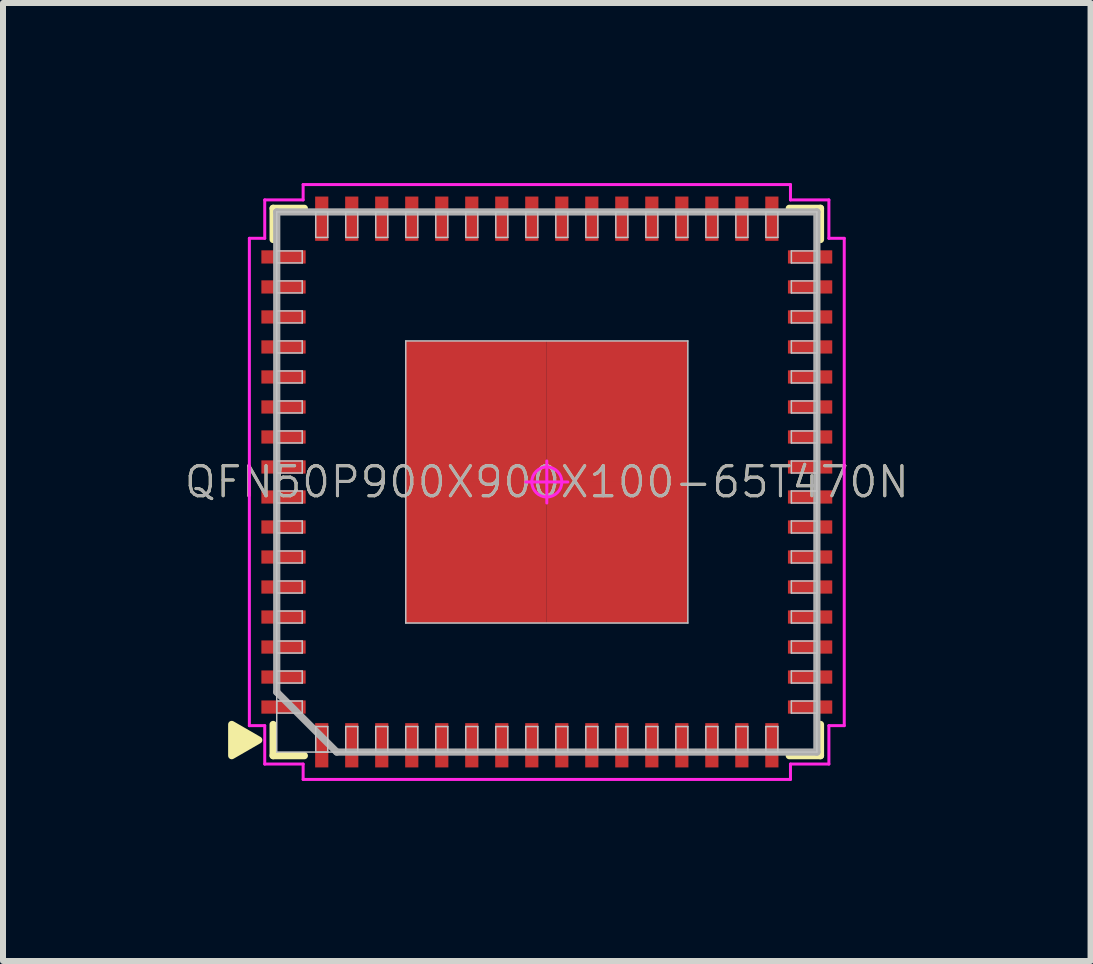
<source format=kicad_pcb>
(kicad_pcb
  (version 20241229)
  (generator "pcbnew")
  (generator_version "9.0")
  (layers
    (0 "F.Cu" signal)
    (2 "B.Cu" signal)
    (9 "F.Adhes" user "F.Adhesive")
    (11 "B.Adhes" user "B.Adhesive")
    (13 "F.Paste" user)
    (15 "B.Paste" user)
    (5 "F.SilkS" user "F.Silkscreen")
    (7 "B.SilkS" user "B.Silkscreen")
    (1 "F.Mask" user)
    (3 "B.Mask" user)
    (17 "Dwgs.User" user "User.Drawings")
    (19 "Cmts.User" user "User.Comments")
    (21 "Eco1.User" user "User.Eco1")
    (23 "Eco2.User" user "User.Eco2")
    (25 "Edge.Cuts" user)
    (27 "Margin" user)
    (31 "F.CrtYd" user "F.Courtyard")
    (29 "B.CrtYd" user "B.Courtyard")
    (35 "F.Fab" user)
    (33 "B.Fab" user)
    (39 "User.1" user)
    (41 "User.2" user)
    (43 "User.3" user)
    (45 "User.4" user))
  (footprint "QFN50P900X900X100-65T470N"
    (layer "F.Cu")
    (at 6.061 4.981)
    (property "Reference" "QFN50P900X900X100-65T470N" (at 0 0 0) (layer "F.SilkS") (effects (font (size 0.5 0.5) (thickness 0.05))))
    (attr smd)
    (fp_line (start -4.56 -4.56) (end -4.56 -4.04) (stroke (width 0.12) (type solid)) (layer "F.SilkS"))
    (fp_line (start -4.56 4.56) (end -4.56 4.04) (stroke (width 0.12) (type solid)) (layer "F.SilkS"))
    (fp_line (start -4.04 -4.56) (end -4.56 -4.56) (stroke (width 0.12) (type solid)) (layer "F.SilkS"))
    (fp_line (start -4.04 4.56) (end -4.56 4.56) (stroke (width 0.12) (type solid)) (layer "F.SilkS"))
    (fp_line (start 4.04 -4.56) (end 4.56 -4.56) (stroke (width 0.12) (type solid)) (layer "F.SilkS"))
    (fp_line (start 4.04 4.56) (end 4.56 4.56) (stroke (width 0.12) (type solid)) (layer "F.SilkS"))
    (fp_line (start 4.56 -4.56) (end 4.56 -4.04) (stroke (width 0.12) (type solid)) (layer "F.SilkS"))
    (fp_line (start 4.56 4.56) (end 4.56 4.04) (stroke (width 0.12) (type solid)) (layer "F.SilkS"))
    (fp_poly (pts (xy -5.25 4.04) (xy -4.8 4.3) (xy -5.25 4.56)) (stroke (width 0.12) (type solid)) (fill yes) (layer "F.SilkS"))
    (fp_line (start -4.501 -3.85) (end -4.075 -3.85) (stroke (width 0.025) (type solid)) (layer "Dwgs.User"))
    (fp_line (start -4.501 -3.65) (end -4.501 -3.85) (stroke (width 0.025) (type solid)) (layer "Dwgs.User"))
    (fp_line (start -4.501 -3.35) (end -4.075 -3.35) (stroke (width 0.025) (type solid)) (layer "Dwgs.User"))
    (fp_line (start -4.501 -3.15) (end -4.501 -3.35) (stroke (width 0.025) (type solid)) (layer "Dwgs.User"))
    (fp_line (start -4.501 -2.85) (end -4.075 -2.85) (stroke (width 0.025) (type solid)) (layer "Dwgs.User"))
    (fp_line (start -4.501 -2.65) (end -4.501 -2.85) (stroke (width 0.025) (type solid)) (layer "Dwgs.User"))
    (fp_line (start -4.501 -2.35) (end -4.075 -2.35) (stroke (width 0.025) (type solid)) (layer "Dwgs.User"))
    (fp_line (start -4.501 -2.15) (end -4.501 -2.35) (stroke (width 0.025) (type solid)) (layer "Dwgs.User"))
    (fp_line (start -4.501 -1.85) (end -4.075 -1.85) (stroke (width 0.025) (type solid)) (layer "Dwgs.User"))
    (fp_line (start -4.501 -1.65) (end -4.501 -1.85) (stroke (width 0.025) (type solid)) (layer "Dwgs.User"))
    (fp_line (start -4.501 -1.35) (end -4.075 -1.35) (stroke (width 0.025) (type solid)) (layer "Dwgs.User"))
    (fp_line (start -4.501 -1.15) (end -4.501 -1.35) (stroke (width 0.025) (type solid)) (layer "Dwgs.User"))
    (fp_line (start -4.501 -0.85) (end -4.075 -0.85) (stroke (width 0.025) (type solid)) (layer "Dwgs.User"))
    (fp_line (start -4.501 -0.65) (end -4.501 -0.85) (stroke (width 0.025) (type solid)) (layer "Dwgs.User"))
    (fp_line (start -4.501 -0.35) (end -4.075 -0.35) (stroke (width 0.025) (type solid)) (layer "Dwgs.User"))
    (fp_line (start -4.501 -0.15) (end -4.501 -0.35) (stroke (width 0.025) (type solid)) (layer "Dwgs.User"))
    (fp_line (start -4.501 0.15) (end -4.075 0.15) (stroke (width 0.025) (type solid)) (layer "Dwgs.User"))
    (fp_line (start -4.501 0.35) (end -4.501 0.15) (stroke (width 0.025) (type solid)) (layer "Dwgs.User"))
    (fp_line (start -4.501 0.65) (end -4.075 0.65) (stroke (width 0.025) (type solid)) (layer "Dwgs.User"))
    (fp_line (start -4.501 0.85) (end -4.501 0.65) (stroke (width 0.025) (type solid)) (layer "Dwgs.User"))
    (fp_line (start -4.501 1.15) (end -4.075 1.15) (stroke (width 0.025) (type solid)) (layer "Dwgs.User"))
    (fp_line (start -4.501 1.35) (end -4.501 1.15) (stroke (width 0.025) (type solid)) (layer "Dwgs.User"))
    (fp_line (start -4.501 1.65) (end -4.075 1.65) (stroke (width 0.025) (type solid)) (layer "Dwgs.User"))
    (fp_line (start -4.501 1.85) (end -4.501 1.65) (stroke (width 0.025) (type solid)) (layer "Dwgs.User"))
    (fp_line (start -4.501 2.15) (end -4.075 2.15) (stroke (width 0.025) (type solid)) (layer "Dwgs.User"))
    (fp_line (start -4.501 2.35) (end -4.501 2.15) (stroke (width 0.025) (type solid)) (layer "Dwgs.User"))
    (fp_line (start -4.501 2.65) (end -4.075 2.65) (stroke (width 0.025) (type solid)) (layer "Dwgs.User"))
    (fp_line (start -4.501 2.85) (end -4.501 2.65) (stroke (width 0.025) (type solid)) (layer "Dwgs.User"))
    (fp_line (start -4.501 3.15) (end -4.075 3.15) (stroke (width 0.025) (type solid)) (layer "Dwgs.User"))
    (fp_line (start -4.501 3.35) (end -4.501 3.15) (stroke (width 0.025) (type solid)) (layer "Dwgs.User"))
    (fp_line (start -4.501 3.65) (end -4.075 3.65) (stroke (width 0.025) (type solid)) (layer "Dwgs.User"))
    (fp_line (start -4.501 3.85) (end -4.501 3.65) (stroke (width 0.025) (type solid)) (layer "Dwgs.User"))
    (fp_line (start -4.5 -4.5) (end 4.5 -4.5) (stroke (width 0.025) (type solid)) (layer "Dwgs.User"))
    (fp_line (start -4.5 4.5) (end -4.5 -4.5) (stroke (width 0.025) (type solid)) (layer "Dwgs.User"))
    (fp_line (start -4.075 -3.85) (end -4.075 -3.65) (stroke (width 0.025) (type solid)) (layer "Dwgs.User"))
    (fp_line (start -4.075 -3.65) (end -4.501 -3.65) (stroke (width 0.025) (type solid)) (layer "Dwgs.User"))
    (fp_line (start -4.075 -3.35) (end -4.075 -3.15) (stroke (width 0.025) (type solid)) (layer "Dwgs.User"))
    (fp_line (start -4.075 -3.15) (end -4.501 -3.15) (stroke (width 0.025) (type solid)) (layer "Dwgs.User"))
    (fp_line (start -4.075 -2.85) (end -4.075 -2.65) (stroke (width 0.025) (type solid)) (layer "Dwgs.User"))
    (fp_line (start -4.075 -2.65) (end -4.501 -2.65) (stroke (width 0.025) (type solid)) (layer "Dwgs.User"))
    (fp_line (start -4.075 -2.35) (end -4.075 -2.15) (stroke (width 0.025) (type solid)) (layer "Dwgs.User"))
    (fp_line (start -4.075 -2.15) (end -4.501 -2.15) (stroke (width 0.025) (type solid)) (layer "Dwgs.User"))
    (fp_line (start -4.075 -1.85) (end -4.075 -1.65) (stroke (width 0.025) (type solid)) (layer "Dwgs.User"))
    (fp_line (start -4.075 -1.65) (end -4.501 -1.65) (stroke (width 0.025) (type solid)) (layer "Dwgs.User"))
    (fp_line (start -4.075 -1.35) (end -4.075 -1.15) (stroke (width 0.025) (type solid)) (layer "Dwgs.User"))
    (fp_line (start -4.075 -1.15) (end -4.501 -1.15) (stroke (width 0.025) (type solid)) (layer "Dwgs.User"))
    (fp_line (start -4.075 -0.85) (end -4.075 -0.65) (stroke (width 0.025) (type solid)) (layer "Dwgs.User"))
    (fp_line (start -4.075 -0.65) (end -4.501 -0.65) (stroke (width 0.025) (type solid)) (layer "Dwgs.User"))
    (fp_line (start -4.075 -0.35) (end -4.075 -0.15) (stroke (width 0.025) (type solid)) (layer "Dwgs.User"))
    (fp_line (start -4.075 -0.15) (end -4.501 -0.15) (stroke (width 0.025) (type solid)) (layer "Dwgs.User"))
    (fp_line (start -4.075 0.15) (end -4.075 0.35) (stroke (width 0.025) (type solid)) (layer "Dwgs.User"))
    (fp_line (start -4.075 0.35) (end -4.501 0.35) (stroke (width 0.025) (type solid)) (layer "Dwgs.User"))
    (fp_line (start -4.075 0.65) (end -4.075 0.85) (stroke (width 0.025) (type solid)) (layer "Dwgs.User"))
    (fp_line (start -4.075 0.85) (end -4.501 0.85) (stroke (width 0.025) (type solid)) (layer "Dwgs.User"))
    (fp_line (start -4.075 1.15) (end -4.075 1.35) (stroke (width 0.025) (type solid)) (layer "Dwgs.User"))
    (fp_line (start -4.075 1.35) (end -4.501 1.35) (stroke (width 0.025) (type solid)) (layer "Dwgs.User"))
    (fp_line (start -4.075 1.65) (end -4.075 1.85) (stroke (width 0.025) (type solid)) (layer "Dwgs.User"))
    (fp_line (start -4.075 1.85) (end -4.501 1.85) (stroke (width 0.025) (type solid)) (layer "Dwgs.User"))
    (fp_line (start -4.075 2.15) (end -4.075 2.35) (stroke (width 0.025) (type solid)) (layer "Dwgs.User"))
    (fp_line (start -4.075 2.35) (end -4.501 2.35) (stroke (width 0.025) (type solid)) (layer "Dwgs.User"))
    (fp_line (start -4.075 2.65) (end -4.075 2.85) (stroke (width 0.025) (type solid)) (layer "Dwgs.User"))
    (fp_line (start -4.075 2.85) (end -4.501 2.85) (stroke (width 0.025) (type solid)) (layer "Dwgs.User"))
    (fp_line (start -4.075 3.15) (end -4.075 3.35) (stroke (width 0.025) (type solid)) (layer "Dwgs.User"))
    (fp_line (start -4.075 3.35) (end -4.501 3.35) (stroke (width 0.025) (type solid)) (layer "Dwgs.User"))
    (fp_line (start -4.075 3.65) (end -4.075 3.85) (stroke (width 0.025) (type solid)) (layer "Dwgs.User"))
    (fp_line (start -4.075 3.85) (end -4.501 3.85) (stroke (width 0.025) (type solid)) (layer "Dwgs.User"))
    (fp_line (start -3.85 -4.501) (end -3.65 -4.501) (stroke (width 0.025) (type solid)) (layer "Dwgs.User"))
    (fp_line (start -3.85 -4.075) (end -3.85 -4.501) (stroke (width 0.025) (type solid)) (layer "Dwgs.User"))
    (fp_line (start -3.85 4.075) (end -3.65 4.075) (stroke (width 0.025) (type solid)) (layer "Dwgs.User"))
    (fp_line (start -3.85 4.501) (end -3.85 4.075) (stroke (width 0.025) (type solid)) (layer "Dwgs.User"))
    (fp_line (start -3.65 -4.501) (end -3.65 -4.075) (stroke (width 0.025) (type solid)) (layer "Dwgs.User"))
    (fp_line (start -3.65 -4.075) (end -3.85 -4.075) (stroke (width 0.025) (type solid)) (layer "Dwgs.User"))
    (fp_line (start -3.65 4.075) (end -3.65 4.501) (stroke (width 0.025) (type solid)) (layer "Dwgs.User"))
    (fp_line (start -3.65 4.501) (end -3.85 4.501) (stroke (width 0.025) (type solid)) (layer "Dwgs.User"))
    (fp_line (start -3.35 -4.501) (end -3.15 -4.501) (stroke (width 0.025) (type solid)) (layer "Dwgs.User"))
    (fp_line (start -3.35 -4.075) (end -3.35 -4.501) (stroke (width 0.025) (type solid)) (layer "Dwgs.User"))
    (fp_line (start -3.35 4.075) (end -3.15 4.075) (stroke (width 0.025) (type solid)) (layer "Dwgs.User"))
    (fp_line (start -3.35 4.501) (end -3.35 4.075) (stroke (width 0.025) (type solid)) (layer "Dwgs.User"))
    (fp_line (start -3.15 -4.501) (end -3.15 -4.075) (stroke (width 0.025) (type solid)) (layer "Dwgs.User"))
    (fp_line (start -3.15 -4.075) (end -3.35 -4.075) (stroke (width 0.025) (type solid)) (layer "Dwgs.User"))
    (fp_line (start -3.15 4.075) (end -3.15 4.501) (stroke (width 0.025) (type solid)) (layer "Dwgs.User"))
    (fp_line (start -3.15 4.501) (end -3.35 4.501) (stroke (width 0.025) (type solid)) (layer "Dwgs.User"))
    (fp_line (start -2.85 -4.501) (end -2.65 -4.501) (stroke (width 0.025) (type solid)) (layer "Dwgs.User"))
    (fp_line (start -2.85 -4.075) (end -2.85 -4.501) (stroke (width 0.025) (type solid)) (layer "Dwgs.User"))
    (fp_line (start -2.85 4.075) (end -2.65 4.075) (stroke (width 0.025) (type solid)) (layer "Dwgs.User"))
    (fp_line (start -2.85 4.501) (end -2.85 4.075) (stroke (width 0.025) (type solid)) (layer "Dwgs.User"))
    (fp_line (start -2.65 -4.501) (end -2.65 -4.075) (stroke (width 0.025) (type solid)) (layer "Dwgs.User"))
    (fp_line (start -2.65 -4.075) (end -2.85 -4.075) (stroke (width 0.025) (type solid)) (layer "Dwgs.User"))
    (fp_line (start -2.65 4.075) (end -2.65 4.501) (stroke (width 0.025) (type solid)) (layer "Dwgs.User"))
    (fp_line (start -2.65 4.501) (end -2.85 4.501) (stroke (width 0.025) (type solid)) (layer "Dwgs.User"))
    (fp_line (start -2.35 -4.501) (end -2.15 -4.501) (stroke (width 0.025) (type solid)) (layer "Dwgs.User"))
    (fp_line (start -2.35 -4.075) (end -2.35 -4.501) (stroke (width 0.025) (type solid)) (layer "Dwgs.User"))
    (fp_line (start -2.35 -2.35) (end 2.35 -2.35) (stroke (width 0.025) (type solid)) (layer "Dwgs.User"))
    (fp_line (start -2.35 2.35) (end -2.35 -2.35) (stroke (width 0.025) (type solid)) (layer "Dwgs.User"))
    (fp_line (start -2.35 4.075) (end -2.15 4.075) (stroke (width 0.025) (type solid)) (layer "Dwgs.User"))
    (fp_line (start -2.35 4.501) (end -2.35 4.075) (stroke (width 0.025) (type solid)) (layer "Dwgs.User"))
    (fp_line (start -2.15 -4.501) (end -2.15 -4.075) (stroke (width 0.025) (type solid)) (layer "Dwgs.User"))
    (fp_line (start -2.15 -4.075) (end -2.35 -4.075) (stroke (width 0.025) (type solid)) (layer "Dwgs.User"))
    (fp_line (start -2.15 4.075) (end -2.15 4.501) (stroke (width 0.025) (type solid)) (layer "Dwgs.User"))
    (fp_line (start -2.15 4.501) (end -2.35 4.501) (stroke (width 0.025) (type solid)) (layer "Dwgs.User"))
    (fp_line (start -1.85 -4.501) (end -1.65 -4.501) (stroke (width 0.025) (type solid)) (layer "Dwgs.User"))
    (fp_line (start -1.85 -4.075) (end -1.85 -4.501) (stroke (width 0.025) (type solid)) (layer "Dwgs.User"))
    (fp_line (start -1.85 4.075) (end -1.65 4.075) (stroke (width 0.025) (type solid)) (layer "Dwgs.User"))
    (fp_line (start -1.85 4.501) (end -1.85 4.075) (stroke (width 0.025) (type solid)) (layer "Dwgs.User"))
    (fp_line (start -1.65 -4.501) (end -1.65 -4.075) (stroke (width 0.025) (type solid)) (layer "Dwgs.User"))
    (fp_line (start -1.65 -4.075) (end -1.85 -4.075) (stroke (width 0.025) (type solid)) (layer "Dwgs.User"))
    (fp_line (start -1.65 4.075) (end -1.65 4.501) (stroke (width 0.025) (type solid)) (layer "Dwgs.User"))
    (fp_line (start -1.65 4.501) (end -1.85 4.501) (stroke (width 0.025) (type solid)) (layer "Dwgs.User"))
    (fp_line (start -1.35 -4.501) (end -1.15 -4.501) (stroke (width 0.025) (type solid)) (layer "Dwgs.User"))
    (fp_line (start -1.35 -4.075) (end -1.35 -4.501) (stroke (width 0.025) (type solid)) (layer "Dwgs.User"))
    (fp_line (start -1.35 4.075) (end -1.15 4.075) (stroke (width 0.025) (type solid)) (layer "Dwgs.User"))
    (fp_line (start -1.35 4.501) (end -1.35 4.075) (stroke (width 0.025) (type solid)) (layer "Dwgs.User"))
    (fp_line (start -1.15 -4.501) (end -1.15 -4.075) (stroke (width 0.025) (type solid)) (layer "Dwgs.User"))
    (fp_line (start -1.15 -4.075) (end -1.35 -4.075) (stroke (width 0.025) (type solid)) (layer "Dwgs.User"))
    (fp_line (start -1.15 4.075) (end -1.15 4.501) (stroke (width 0.025) (type solid)) (layer "Dwgs.User"))
    (fp_line (start -1.15 4.501) (end -1.35 4.501) (stroke (width 0.025) (type solid)) (layer "Dwgs.User"))
    (fp_line (start -0.85 -4.501) (end -0.65 -4.501) (stroke (width 0.025) (type solid)) (layer "Dwgs.User"))
    (fp_line (start -0.85 -4.075) (end -0.85 -4.501) (stroke (width 0.025) (type solid)) (layer "Dwgs.User"))
    (fp_line (start -0.85 4.075) (end -0.65 4.075) (stroke (width 0.025) (type solid)) (layer "Dwgs.User"))
    (fp_line (start -0.85 4.501) (end -0.85 4.075) (stroke (width 0.025) (type solid)) (layer "Dwgs.User"))
    (fp_line (start -0.65 -4.501) (end -0.65 -4.075) (stroke (width 0.025) (type solid)) (layer "Dwgs.User"))
    (fp_line (start -0.65 -4.075) (end -0.85 -4.075) (stroke (width 0.025) (type solid)) (layer "Dwgs.User"))
    (fp_line (start -0.65 4.075) (end -0.65 4.501) (stroke (width 0.025) (type solid)) (layer "Dwgs.User"))
    (fp_line (start -0.65 4.501) (end -0.85 4.501) (stroke (width 0.025) (type solid)) (layer "Dwgs.User"))
    (fp_line (start -0.35 -4.501) (end -0.15 -4.501) (stroke (width 0.025) (type solid)) (layer "Dwgs.User"))
    (fp_line (start -0.35 -4.075) (end -0.35 -4.501) (stroke (width 0.025) (type solid)) (layer "Dwgs.User"))
    (fp_line (start -0.35 4.075) (end -0.15 4.075) (stroke (width 0.025) (type solid)) (layer "Dwgs.User"))
    (fp_line (start -0.35 4.501) (end -0.35 4.075) (stroke (width 0.025) (type solid)) (layer "Dwgs.User"))
    (fp_line (start -0.15 -4.501) (end -0.15 -4.075) (stroke (width 0.025) (type solid)) (layer "Dwgs.User"))
    (fp_line (start -0.15 -4.075) (end -0.35 -4.075) (stroke (width 0.025) (type solid)) (layer "Dwgs.User"))
    (fp_line (start -0.15 4.075) (end -0.15 4.501) (stroke (width 0.025) (type solid)) (layer "Dwgs.User"))
    (fp_line (start -0.15 4.501) (end -0.35 4.501) (stroke (width 0.025) (type solid)) (layer "Dwgs.User"))
    (fp_line (start 0.15 -4.501) (end 0.35 -4.501) (stroke (width 0.025) (type solid)) (layer "Dwgs.User"))
    (fp_line (start 0.15 -4.075) (end 0.15 -4.501) (stroke (width 0.025) (type solid)) (layer "Dwgs.User"))
    (fp_line (start 0.15 4.075) (end 0.35 4.075) (stroke (width 0.025) (type solid)) (layer "Dwgs.User"))
    (fp_line (start 0.15 4.501) (end 0.15 4.075) (stroke (width 0.025) (type solid)) (layer "Dwgs.User"))
    (fp_line (start 0.35 -4.501) (end 0.35 -4.075) (stroke (width 0.025) (type solid)) (layer "Dwgs.User"))
    (fp_line (start 0.35 -4.075) (end 0.15 -4.075) (stroke (width 0.025) (type solid)) (layer "Dwgs.User"))
    (fp_line (start 0.35 4.075) (end 0.35 4.501) (stroke (width 0.025) (type solid)) (layer "Dwgs.User"))
    (fp_line (start 0.35 4.501) (end 0.15 4.501) (stroke (width 0.025) (type solid)) (layer "Dwgs.User"))
    (fp_line (start 0.65 -4.501) (end 0.85 -4.501) (stroke (width 0.025) (type solid)) (layer "Dwgs.User"))
    (fp_line (start 0.65 -4.075) (end 0.65 -4.501) (stroke (width 0.025) (type solid)) (layer "Dwgs.User"))
    (fp_line (start 0.65 4.075) (end 0.85 4.075) (stroke (width 0.025) (type solid)) (layer "Dwgs.User"))
    (fp_line (start 0.65 4.501) (end 0.65 4.075) (stroke (width 0.025) (type solid)) (layer "Dwgs.User"))
    (fp_line (start 0.85 -4.501) (end 0.85 -4.075) (stroke (width 0.025) (type solid)) (layer "Dwgs.User"))
    (fp_line (start 0.85 -4.075) (end 0.65 -4.075) (stroke (width 0.025) (type solid)) (layer "Dwgs.User"))
    (fp_line (start 0.85 4.075) (end 0.85 4.501) (stroke (width 0.025) (type solid)) (layer "Dwgs.User"))
    (fp_line (start 0.85 4.501) (end 0.65 4.501) (stroke (width 0.025) (type solid)) (layer "Dwgs.User"))
    (fp_line (start 1.15 -4.501) (end 1.35 -4.501) (stroke (width 0.025) (type solid)) (layer "Dwgs.User"))
    (fp_line (start 1.15 -4.075) (end 1.15 -4.501) (stroke (width 0.025) (type solid)) (layer "Dwgs.User"))
    (fp_line (start 1.15 4.075) (end 1.35 4.075) (stroke (width 0.025) (type solid)) (layer "Dwgs.User"))
    (fp_line (start 1.15 4.501) (end 1.15 4.075) (stroke (width 0.025) (type solid)) (layer "Dwgs.User"))
    (fp_line (start 1.35 -4.501) (end 1.35 -4.075) (stroke (width 0.025) (type solid)) (layer "Dwgs.User"))
    (fp_line (start 1.35 -4.075) (end 1.15 -4.075) (stroke (width 0.025) (type solid)) (layer "Dwgs.User"))
    (fp_line (start 1.35 4.075) (end 1.35 4.501) (stroke (width 0.025) (type solid)) (layer "Dwgs.User"))
    (fp_line (start 1.35 4.501) (end 1.15 4.501) (stroke (width 0.025) (type solid)) (layer "Dwgs.User"))
    (fp_line (start 1.65 -4.501) (end 1.85 -4.501) (stroke (width 0.025) (type solid)) (layer "Dwgs.User"))
    (fp_line (start 1.65 -4.075) (end 1.65 -4.501) (stroke (width 0.025) (type solid)) (layer "Dwgs.User"))
    (fp_line (start 1.65 4.075) (end 1.85 4.075) (stroke (width 0.025) (type solid)) (layer "Dwgs.User"))
    (fp_line (start 1.65 4.501) (end 1.65 4.075) (stroke (width 0.025) (type solid)) (layer "Dwgs.User"))
    (fp_line (start 1.85 -4.501) (end 1.85 -4.075) (stroke (width 0.025) (type solid)) (layer "Dwgs.User"))
    (fp_line (start 1.85 -4.075) (end 1.65 -4.075) (stroke (width 0.025) (type solid)) (layer "Dwgs.User"))
    (fp_line (start 1.85 4.075) (end 1.85 4.501) (stroke (width 0.025) (type solid)) (layer "Dwgs.User"))
    (fp_line (start 1.85 4.501) (end 1.65 4.501) (stroke (width 0.025) (type solid)) (layer "Dwgs.User"))
    (fp_line (start 2.15 -4.501) (end 2.35 -4.501) (stroke (width 0.025) (type solid)) (layer "Dwgs.User"))
    (fp_line (start 2.15 -4.075) (end 2.15 -4.501) (stroke (width 0.025) (type solid)) (layer "Dwgs.User"))
    (fp_line (start 2.15 4.075) (end 2.35 4.075) (stroke (width 0.025) (type solid)) (layer "Dwgs.User"))
    (fp_line (start 2.15 4.501) (end 2.15 4.075) (stroke (width 0.025) (type solid)) (layer "Dwgs.User"))
    (fp_line (start 2.35 -4.501) (end 2.35 -4.075) (stroke (width 0.025) (type solid)) (layer "Dwgs.User"))
    (fp_line (start 2.35 -4.075) (end 2.15 -4.075) (stroke (width 0.025) (type solid)) (layer "Dwgs.User"))
    (fp_line (start 2.35 -2.35) (end 2.35 2.35) (stroke (width 0.025) (type solid)) (layer "Dwgs.User"))
    (fp_line (start 2.35 2.35) (end -2.35 2.35) (stroke (width 0.025) (type solid)) (layer "Dwgs.User"))
    (fp_line (start 2.35 4.075) (end 2.35 4.501) (stroke (width 0.025) (type solid)) (layer "Dwgs.User"))
    (fp_line (start 2.35 4.501) (end 2.15 4.501) (stroke (width 0.025) (type solid)) (layer "Dwgs.User"))
    (fp_line (start 2.65 -4.501) (end 2.85 -4.501) (stroke (width 0.025) (type solid)) (layer "Dwgs.User"))
    (fp_line (start 2.65 -4.075) (end 2.65 -4.501) (stroke (width 0.025) (type solid)) (layer "Dwgs.User"))
    (fp_line (start 2.65 4.075) (end 2.85 4.075) (stroke (width 0.025) (type solid)) (layer "Dwgs.User"))
    (fp_line (start 2.65 4.501) (end 2.65 4.075) (stroke (width 0.025) (type solid)) (layer "Dwgs.User"))
    (fp_line (start 2.85 -4.501) (end 2.85 -4.075) (stroke (width 0.025) (type solid)) (layer "Dwgs.User"))
    (fp_line (start 2.85 -4.075) (end 2.65 -4.075) (stroke (width 0.025) (type solid)) (layer "Dwgs.User"))
    (fp_line (start 2.85 4.075) (end 2.85 4.501) (stroke (width 0.025) (type solid)) (layer "Dwgs.User"))
    (fp_line (start 2.85 4.501) (end 2.65 4.501) (stroke (width 0.025) (type solid)) (layer "Dwgs.User"))
    (fp_line (start 3.15 -4.501) (end 3.35 -4.501) (stroke (width 0.025) (type solid)) (layer "Dwgs.User"))
    (fp_line (start 3.15 -4.075) (end 3.15 -4.501) (stroke (width 0.025) (type solid)) (layer "Dwgs.User"))
    (fp_line (start 3.15 4.075) (end 3.35 4.075) (stroke (width 0.025) (type solid)) (layer "Dwgs.User"))
    (fp_line (start 3.15 4.501) (end 3.15 4.075) (stroke (width 0.025) (type solid)) (layer "Dwgs.User"))
    (fp_line (start 3.35 -4.501) (end 3.35 -4.075) (stroke (width 0.025) (type solid)) (layer "Dwgs.User"))
    (fp_line (start 3.35 -4.075) (end 3.15 -4.075) (stroke (width 0.025) (type solid)) (layer "Dwgs.User"))
    (fp_line (start 3.35 4.075) (end 3.35 4.501) (stroke (width 0.025) (type solid)) (layer "Dwgs.User"))
    (fp_line (start 3.35 4.501) (end 3.15 4.501) (stroke (width 0.025) (type solid)) (layer "Dwgs.User"))
    (fp_line (start 3.65 -4.501) (end 3.85 -4.501) (stroke (width 0.025) (type solid)) (layer "Dwgs.User"))
    (fp_line (start 3.65 -4.075) (end 3.65 -4.501) (stroke (width 0.025) (type solid)) (layer "Dwgs.User"))
    (fp_line (start 3.65 4.075) (end 3.85 4.075) (stroke (width 0.025) (type solid)) (layer "Dwgs.User"))
    (fp_line (start 3.65 4.501) (end 3.65 4.075) (stroke (width 0.025) (type solid)) (layer "Dwgs.User"))
    (fp_line (start 3.85 -4.501) (end 3.85 -4.075) (stroke (width 0.025) (type solid)) (layer "Dwgs.User"))
    (fp_line (start 3.85 -4.075) (end 3.65 -4.075) (stroke (width 0.025) (type solid)) (layer "Dwgs.User"))
    (fp_line (start 3.85 4.075) (end 3.85 4.501) (stroke (width 0.025) (type solid)) (layer "Dwgs.User"))
    (fp_line (start 3.85 4.501) (end 3.65 4.501) (stroke (width 0.025) (type solid)) (layer "Dwgs.User"))
    (fp_line (start 4.075 -3.85) (end 4.501 -3.85) (stroke (width 0.025) (type solid)) (layer "Dwgs.User"))
    (fp_line (start 4.075 -3.65) (end 4.075 -3.85) (stroke (width 0.025) (type solid)) (layer "Dwgs.User"))
    (fp_line (start 4.075 -3.35) (end 4.501 -3.35) (stroke (width 0.025) (type solid)) (layer "Dwgs.User"))
    (fp_line (start 4.075 -3.15) (end 4.075 -3.35) (stroke (width 0.025) (type solid)) (layer "Dwgs.User"))
    (fp_line (start 4.075 -2.85) (end 4.501 -2.85) (stroke (width 0.025) (type solid)) (layer "Dwgs.User"))
    (fp_line (start 4.075 -2.65) (end 4.075 -2.85) (stroke (width 0.025) (type solid)) (layer "Dwgs.User"))
    (fp_line (start 4.075 -2.35) (end 4.501 -2.35) (stroke (width 0.025) (type solid)) (layer "Dwgs.User"))
    (fp_line (start 4.075 -2.15) (end 4.075 -2.35) (stroke (width 0.025) (type solid)) (layer "Dwgs.User"))
    (fp_line (start 4.075 -1.85) (end 4.501 -1.85) (stroke (width 0.025) (type solid)) (layer "Dwgs.User"))
    (fp_line (start 4.075 -1.65) (end 4.075 -1.85) (stroke (width 0.025) (type solid)) (layer "Dwgs.User"))
    (fp_line (start 4.075 -1.35) (end 4.501 -1.35) (stroke (width 0.025) (type solid)) (layer "Dwgs.User"))
    (fp_line (start 4.075 -1.15) (end 4.075 -1.35) (stroke (width 0.025) (type solid)) (layer "Dwgs.User"))
    (fp_line (start 4.075 -0.85) (end 4.501 -0.85) (stroke (width 0.025) (type solid)) (layer "Dwgs.User"))
    (fp_line (start 4.075 -0.65) (end 4.075 -0.85) (stroke (width 0.025) (type solid)) (layer "Dwgs.User"))
    (fp_line (start 4.075 -0.35) (end 4.501 -0.35) (stroke (width 0.025) (type solid)) (layer "Dwgs.User"))
    (fp_line (start 4.075 -0.15) (end 4.075 -0.35) (stroke (width 0.025) (type solid)) (layer "Dwgs.User"))
    (fp_line (start 4.075 0.15) (end 4.501 0.15) (stroke (width 0.025) (type solid)) (layer "Dwgs.User"))
    (fp_line (start 4.075 0.35) (end 4.075 0.15) (stroke (width 0.025) (type solid)) (layer "Dwgs.User"))
    (fp_line (start 4.075 0.65) (end 4.501 0.65) (stroke (width 0.025) (type solid)) (layer "Dwgs.User"))
    (fp_line (start 4.075 0.85) (end 4.075 0.65) (stroke (width 0.025) (type solid)) (layer "Dwgs.User"))
    (fp_line (start 4.075 1.15) (end 4.501 1.15) (stroke (width 0.025) (type solid)) (layer "Dwgs.User"))
    (fp_line (start 4.075 1.35) (end 4.075 1.15) (stroke (width 0.025) (type solid)) (layer "Dwgs.User"))
    (fp_line (start 4.075 1.65) (end 4.501 1.65) (stroke (width 0.025) (type solid)) (layer "Dwgs.User"))
    (fp_line (start 4.075 1.85) (end 4.075 1.65) (stroke (width 0.025) (type solid)) (layer "Dwgs.User"))
    (fp_line (start 4.075 2.15) (end 4.501 2.15) (stroke (width 0.025) (type solid)) (layer "Dwgs.User"))
    (fp_line (start 4.075 2.35) (end 4.075 2.15) (stroke (width 0.025) (type solid)) (layer "Dwgs.User"))
    (fp_line (start 4.075 2.65) (end 4.501 2.65) (stroke (width 0.025) (type solid)) (layer "Dwgs.User"))
    (fp_line (start 4.075 2.85) (end 4.075 2.65) (stroke (width 0.025) (type solid)) (layer "Dwgs.User"))
    (fp_line (start 4.075 3.15) (end 4.501 3.15) (stroke (width 0.025) (type solid)) (layer "Dwgs.User"))
    (fp_line (start 4.075 3.35) (end 4.075 3.15) (stroke (width 0.025) (type solid)) (layer "Dwgs.User"))
    (fp_line (start 4.075 3.65) (end 4.501 3.65) (stroke (width 0.025) (type solid)) (layer "Dwgs.User"))
    (fp_line (start 4.075 3.85) (end 4.075 3.65) (stroke (width 0.025) (type solid)) (layer "Dwgs.User"))
    (fp_line (start 4.5 -4.5) (end 4.5 4.5) (stroke (width 0.025) (type solid)) (layer "Dwgs.User"))
    (fp_line (start 4.5 4.5) (end -4.5 4.5) (stroke (width 0.025) (type solid)) (layer "Dwgs.User"))
    (fp_line (start 4.501 -3.85) (end 4.501 -3.65) (stroke (width 0.025) (type solid)) (layer "Dwgs.User"))
    (fp_line (start 4.501 -3.65) (end 4.075 -3.65) (stroke (width 0.025) (type solid)) (layer "Dwgs.User"))
    (fp_line (start 4.501 -3.35) (end 4.501 -3.15) (stroke (width 0.025) (type solid)) (layer "Dwgs.User"))
    (fp_line (start 4.501 -3.15) (end 4.075 -3.15) (stroke (width 0.025) (type solid)) (layer "Dwgs.User"))
    (fp_line (start 4.501 -2.85) (end 4.501 -2.65) (stroke (width 0.025) (type solid)) (layer "Dwgs.User"))
    (fp_line (start 4.501 -2.65) (end 4.075 -2.65) (stroke (width 0.025) (type solid)) (layer "Dwgs.User"))
    (fp_line (start 4.501 -2.35) (end 4.501 -2.15) (stroke (width 0.025) (type solid)) (layer "Dwgs.User"))
    (fp_line (start 4.501 -2.15) (end 4.075 -2.15) (stroke (width 0.025) (type solid)) (layer "Dwgs.User"))
    (fp_line (start 4.501 -1.85) (end 4.501 -1.65) (stroke (width 0.025) (type solid)) (layer "Dwgs.User"))
    (fp_line (start 4.501 -1.65) (end 4.075 -1.65) (stroke (width 0.025) (type solid)) (layer "Dwgs.User"))
    (fp_line (start 4.501 -1.35) (end 4.501 -1.15) (stroke (width 0.025) (type solid)) (layer "Dwgs.User"))
    (fp_line (start 4.501 -1.15) (end 4.075 -1.15) (stroke (width 0.025) (type solid)) (layer "Dwgs.User"))
    (fp_line (start 4.501 -0.85) (end 4.501 -0.65) (stroke (width 0.025) (type solid)) (layer "Dwgs.User"))
    (fp_line (start 4.501 -0.65) (end 4.075 -0.65) (stroke (width 0.025) (type solid)) (layer "Dwgs.User"))
    (fp_line (start 4.501 -0.35) (end 4.501 -0.15) (stroke (width 0.025) (type solid)) (layer "Dwgs.User"))
    (fp_line (start 4.501 -0.15) (end 4.075 -0.15) (stroke (width 0.025) (type solid)) (layer "Dwgs.User"))
    (fp_line (start 4.501 0.15) (end 4.501 0.35) (stroke (width 0.025) (type solid)) (layer "Dwgs.User"))
    (fp_line (start 4.501 0.35) (end 4.075 0.35) (stroke (width 0.025) (type solid)) (layer "Dwgs.User"))
    (fp_line (start 4.501 0.65) (end 4.501 0.85) (stroke (width 0.025) (type solid)) (layer "Dwgs.User"))
    (fp_line (start 4.501 0.85) (end 4.075 0.85) (stroke (width 0.025) (type solid)) (layer "Dwgs.User"))
    (fp_line (start 4.501 1.15) (end 4.501 1.35) (stroke (width 0.025) (type solid)) (layer "Dwgs.User"))
    (fp_line (start 4.501 1.35) (end 4.075 1.35) (stroke (width 0.025) (type solid)) (layer "Dwgs.User"))
    (fp_line (start 4.501 1.65) (end 4.501 1.85) (stroke (width 0.025) (type solid)) (layer "Dwgs.User"))
    (fp_line (start 4.501 1.85) (end 4.075 1.85) (stroke (width 0.025) (type solid)) (layer "Dwgs.User"))
    (fp_line (start 4.501 2.15) (end 4.501 2.35) (stroke (width 0.025) (type solid)) (layer "Dwgs.User"))
    (fp_line (start 4.501 2.35) (end 4.075 2.35) (stroke (width 0.025) (type solid)) (layer "Dwgs.User"))
    (fp_line (start 4.501 2.65) (end 4.501 2.85) (stroke (width 0.025) (type solid)) (layer "Dwgs.User"))
    (fp_line (start 4.501 2.85) (end 4.075 2.85) (stroke (width 0.025) (type solid)) (layer "Dwgs.User"))
    (fp_line (start 4.501 3.15) (end 4.501 3.35) (stroke (width 0.025) (type solid)) (layer "Dwgs.User"))
    (fp_line (start 4.501 3.35) (end 4.075 3.35) (stroke (width 0.025) (type solid)) (layer "Dwgs.User"))
    (fp_line (start 4.501 3.65) (end 4.501 3.85) (stroke (width 0.025) (type solid)) (layer "Dwgs.User"))
    (fp_line (start 4.501 3.85) (end 4.075 3.85) (stroke (width 0.025) (type solid)) (layer "Dwgs.User"))
    (fp_line (start -4.956 -4.06) (end -4.956 4.06) (stroke (width 0.05) (type solid)) (layer "F.CrtYd"))
    (fp_line (start -4.956 4.06) (end -4.7 4.06) (stroke (width 0.05) (type solid)) (layer "F.CrtYd"))
    (fp_line (start -4.7 -4.7) (end -4.7 -4.06) (stroke (width 0.05) (type solid)) (layer "F.CrtYd"))
    (fp_line (start -4.7 -4.06) (end -4.956 -4.06) (stroke (width 0.05) (type solid)) (layer "F.CrtYd"))
    (fp_line (start -4.7 4.06) (end -4.7 4.7) (stroke (width 0.05) (type solid)) (layer "F.CrtYd"))
    (fp_line (start -4.7 4.7) (end -4.06 4.7) (stroke (width 0.05) (type solid)) (layer "F.CrtYd"))
    (fp_line (start -4.06 -4.956) (end -4.06 -4.7) (stroke (width 0.05) (type solid)) (layer "F.CrtYd"))
    (fp_line (start -4.06 -4.7) (end -4.7 -4.7) (stroke (width 0.05) (type solid)) (layer "F.CrtYd"))
    (fp_line (start -4.06 4.7) (end -4.06 4.956) (stroke (width 0.05) (type solid)) (layer "F.CrtYd"))
    (fp_line (start -4.06 4.956) (end 4.06 4.956) (stroke (width 0.05) (type solid)) (layer "F.CrtYd"))
    (fp_line (start -0.35 0) (end 0.35 0) (stroke (width 0.05) (type solid)) (layer "F.CrtYd"))
    (fp_line (start 0 -0.35) (end 0 0.35) (stroke (width 0.05) (type solid)) (layer "F.CrtYd"))
    (fp_line (start 4.06 -4.956) (end -4.06 -4.956) (stroke (width 0.05) (type solid)) (layer "F.CrtYd"))
    (fp_line (start 4.06 -4.7) (end 4.06 -4.956) (stroke (width 0.05) (type solid)) (layer "F.CrtYd"))
    (fp_line (start 4.06 4.7) (end 4.7 4.7) (stroke (width 0.05) (type solid)) (layer "F.CrtYd"))
    (fp_line (start 4.06 4.956) (end 4.06 4.7) (stroke (width 0.05) (type solid)) (layer "F.CrtYd"))
    (fp_line (start 4.7 -4.7) (end 4.06 -4.7) (stroke (width 0.05) (type solid)) (layer "F.CrtYd"))
    (fp_line (start 4.7 -4.06) (end 4.7 -4.7) (stroke (width 0.05) (type solid)) (layer "F.CrtYd"))
    (fp_line (start 4.7 4.06) (end 4.956 4.06) (stroke (width 0.05) (type solid)) (layer "F.CrtYd"))
    (fp_line (start 4.7 4.7) (end 4.7 4.06) (stroke (width 0.05) (type solid)) (layer "F.CrtYd"))
    (fp_line (start 4.956 -4.06) (end 4.7 -4.06) (stroke (width 0.05) (type solid)) (layer "F.CrtYd"))
    (fp_line (start 4.956 4.06) (end 4.956 -4.06) (stroke (width 0.05) (type solid)) (layer "F.CrtYd"))
    (fp_circle (center 0 0) (end 0 0.25) (stroke (width 0.05) (type solid)) (fill no) (layer "F.CrtYd"))
    (fp_line (start -4.5 -4.5) (end 4.5 -4.5) (stroke (width 0.12) (type solid)) (layer "F.Fab"))
    (fp_line (start -4.5 3.5) (end -4.5 -4.5) (stroke (width 0.12) (type solid)) (layer "F.Fab"))
    (fp_line (start -3.5 4.5) (end -4.5 3.5) (stroke (width 0.12) (type solid)) (layer "F.Fab"))
    (fp_line (start 4.5 -4.5) (end 4.5 4.5) (stroke (width 0.12) (type solid)) (layer "F.Fab"))
    (fp_line (start 4.5 4.5) (end -3.5 4.5) (stroke (width 0.12) (type solid)) (layer "F.Fab"))
    (fp_text user "${REFERENCE}" (at 0 0 0) (layer "F.Fab") (effects (font (size 0.5 0.5) (thickness 0.05))))
    (pad "" smd rect (at -1.175 -1.175 90) (size 1.82 1.82) (layers "F.Paste"))
    (pad "" smd rect (at -1.175 1.175 90) (size 1.82 1.82) (layers "F.Paste"))
    (pad "" smd rect (at 1.175 -1.175 90) (size 1.82 1.82) (layers "F.Paste"))
    (pad "" smd rect (at 1.175 1.175 90) (size 1.82 1.82) (layers "F.Paste"))
    (pad "1" smd rect (at -3.75 4.387 90) (size 0.738 0.22) (layers "F.Cu" "F.Mask" "F.Paste"))
    (pad "2" smd rect (at -3.25 4.387 90) (size 0.738 0.22) (layers "F.Cu" "F.Mask" "F.Paste"))
    (pad "3" smd rect (at -2.75 4.387 90) (size 0.738 0.22) (layers "F.Cu" "F.Mask" "F.Paste"))
    (pad "4" smd rect (at -2.25 4.387 90) (size 0.738 0.22) (layers "F.Cu" "F.Mask" "F.Paste"))
    (pad "5" smd rect (at -1.75 4.387 90) (size 0.738 0.22) (layers "F.Cu" "F.Mask" "F.Paste"))
    (pad "6" smd rect (at -1.25 4.387 90) (size 0.738 0.22) (layers "F.Cu" "F.Mask" "F.Paste"))
    (pad "7" smd rect (at -0.75 4.387 90) (size 0.738 0.22) (layers "F.Cu" "F.Mask" "F.Paste"))
    (pad "8" smd rect (at -0.25 4.387 90) (size 0.738 0.22) (layers "F.Cu" "F.Mask" "F.Paste"))
    (pad "9" smd rect (at 0.25 4.387 90) (size 0.738 0.22) (layers "F.Cu" "F.Mask" "F.Paste"))
    (pad "10" smd rect (at 0.75 4.387 90) (size 0.738 0.22) (layers "F.Cu" "F.Mask" "F.Paste"))
    (pad "11" smd rect (at 1.25 4.387 90) (size 0.738 0.22) (layers "F.Cu" "F.Mask" "F.Paste"))
    (pad "12" smd rect (at 1.75 4.387 90) (size 0.738 0.22) (layers "F.Cu" "F.Mask" "F.Paste"))
    (pad "13" smd rect (at 2.25 4.387 90) (size 0.738 0.22) (layers "F.Cu" "F.Mask" "F.Paste"))
    (pad "14" smd rect (at 2.75 4.387 90) (size 0.738 0.22) (layers "F.Cu" "F.Mask" "F.Paste"))
    (pad "15" smd rect (at 3.25 4.387 90) (size 0.738 0.22) (layers "F.Cu" "F.Mask" "F.Paste"))
    (pad "16" smd rect (at 3.75 4.387 90) (size 0.738 0.22) (layers "F.Cu" "F.Mask" "F.Paste"))
    (pad "17" smd rect (at 4.387 3.75) (size 0.738 0.22) (layers "F.Cu" "F.Mask" "F.Paste"))
    (pad "18" smd rect (at 4.387 3.25) (size 0.738 0.22) (layers "F.Cu" "F.Mask" "F.Paste"))
    (pad "19" smd rect (at 4.387 2.75) (size 0.738 0.22) (layers "F.Cu" "F.Mask" "F.Paste"))
    (pad "20" smd rect (at 4.387 2.25) (size 0.738 0.22) (layers "F.Cu" "F.Mask" "F.Paste"))
    (pad "21" smd rect (at 4.387 1.75) (size 0.738 0.22) (layers "F.Cu" "F.Mask" "F.Paste"))
    (pad "22" smd rect (at 4.387 1.25) (size 0.738 0.22) (layers "F.Cu" "F.Mask" "F.Paste"))
    (pad "23" smd rect (at 4.387 0.75) (size 0.738 0.22) (layers "F.Cu" "F.Mask" "F.Paste"))
    (pad "24" smd rect (at 4.387 0.25) (size 0.738 0.22) (layers "F.Cu" "F.Mask" "F.Paste"))
    (pad "25" smd rect (at 4.387 -0.25) (size 0.738 0.22) (layers "F.Cu" "F.Mask" "F.Paste"))
    (pad "26" smd rect (at 4.387 -0.75) (size 0.738 0.22) (layers "F.Cu" "F.Mask" "F.Paste"))
    (pad "27" smd rect (at 4.387 -1.25) (size 0.738 0.22) (layers "F.Cu" "F.Mask" "F.Paste"))
    (pad "28" smd rect (at 4.387 -1.75) (size 0.738 0.22) (layers "F.Cu" "F.Mask" "F.Paste"))
    (pad "29" smd rect (at 4.387 -2.25) (size 0.738 0.22) (layers "F.Cu" "F.Mask" "F.Paste"))
    (pad "30" smd rect (at 4.387 -2.75) (size 0.738 0.22) (layers "F.Cu" "F.Mask" "F.Paste"))
    (pad "31" smd rect (at 4.387 -3.25) (size 0.738 0.22) (layers "F.Cu" "F.Mask" "F.Paste"))
    (pad "32" smd rect (at 4.387 -3.75) (size 0.738 0.22) (layers "F.Cu" "F.Mask" "F.Paste"))
    (pad "33" smd rect (at 3.75 -4.387 90) (size 0.738 0.22) (layers "F.Cu" "F.Mask" "F.Paste"))
    (pad "34" smd rect (at 3.25 -4.387 90) (size 0.738 0.22) (layers "F.Cu" "F.Mask" "F.Paste"))
    (pad "35" smd rect (at 2.75 -4.387 90) (size 0.738 0.22) (layers "F.Cu" "F.Mask" "F.Paste"))
    (pad "36" smd rect (at 2.25 -4.387 90) (size 0.738 0.22) (layers "F.Cu" "F.Mask" "F.Paste"))
    (pad "37" smd rect (at 1.75 -4.387 90) (size 0.738 0.22) (layers "F.Cu" "F.Mask" "F.Paste"))
    (pad "38" smd rect (at 1.25 -4.387 90) (size 0.738 0.22) (layers "F.Cu" "F.Mask" "F.Paste"))
    (pad "39" smd rect (at 0.75 -4.387 90) (size 0.738 0.22) (layers "F.Cu" "F.Mask" "F.Paste"))
    (pad "40" smd rect (at 0.25 -4.387 90) (size 0.738 0.22) (layers "F.Cu" "F.Mask" "F.Paste"))
    (pad "41" smd rect (at -0.25 -4.387 90) (size 0.738 0.22) (layers "F.Cu" "F.Mask" "F.Paste"))
    (pad "42" smd rect (at -0.75 -4.387 90) (size 0.738 0.22) (layers "F.Cu" "F.Mask" "F.Paste"))
    (pad "43" smd rect (at -1.25 -4.387 90) (size 0.738 0.22) (layers "F.Cu" "F.Mask" "F.Paste"))
    (pad "44" smd rect (at -1.75 -4.387 90) (size 0.738 0.22) (layers "F.Cu" "F.Mask" "F.Paste"))
    (pad "45" smd rect (at -2.25 -4.387 90) (size 0.738 0.22) (layers "F.Cu" "F.Mask" "F.Paste"))
    (pad "46" smd rect (at -2.75 -4.387 90) (size 0.738 0.22) (layers "F.Cu" "F.Mask" "F.Paste"))
    (pad "47" smd rect (at -3.25 -4.387 90) (size 0.738 0.22) (layers "F.Cu" "F.Mask" "F.Paste"))
    (pad "48" smd rect (at -3.75 -4.387 90) (size 0.738 0.22) (layers "F.Cu" "F.Mask" "F.Paste"))
    (pad "49" smd rect (at -4.387 -3.75) (size 0.738 0.22) (layers "F.Cu" "F.Mask" "F.Paste"))
    (pad "50" smd rect (at -4.387 -3.25) (size 0.738 0.22) (layers "F.Cu" "F.Mask" "F.Paste"))
    (pad "51" smd rect (at -4.387 -2.75) (size 0.738 0.22) (layers "F.Cu" "F.Mask" "F.Paste"))
    (pad "52" smd rect (at -4.387 -2.25) (size 0.738 0.22) (layers "F.Cu" "F.Mask" "F.Paste"))
    (pad "53" smd rect (at -4.387 -1.75) (size 0.738 0.22) (layers "F.Cu" "F.Mask" "F.Paste"))
    (pad "54" smd rect (at -4.387 -1.25) (size 0.738 0.22) (layers "F.Cu" "F.Mask" "F.Paste"))
    (pad "55" smd rect (at -4.387 -0.75) (size 0.738 0.22) (layers "F.Cu" "F.Mask" "F.Paste"))
    (pad "56" smd rect (at -4.387 -0.25) (size 0.738 0.22) (layers "F.Cu" "F.Mask" "F.Paste"))
    (pad "57" smd rect (at -4.387 0.25) (size 0.738 0.22) (layers "F.Cu" "F.Mask" "F.Paste"))
    (pad "58" smd rect (at -4.387 0.75) (size 0.738 0.22) (layers "F.Cu" "F.Mask" "F.Paste"))
    (pad "59" smd rect (at -4.387 1.25) (size 0.738 0.22) (layers "F.Cu" "F.Mask" "F.Paste"))
    (pad "60" smd rect (at -4.387 1.75) (size 0.738 0.22) (layers "F.Cu" "F.Mask" "F.Paste"))
    (pad "61" smd rect (at -4.387 2.25) (size 0.738 0.22) (layers "F.Cu" "F.Mask" "F.Paste"))
    (pad "62" smd rect (at -4.387 2.75) (size 0.738 0.22) (layers "F.Cu" "F.Mask" "F.Paste"))
    (pad "63" smd rect (at -4.387 3.25) (size 0.738 0.22) (layers "F.Cu" "F.Mask" "F.Paste"))
    (pad "64" smd rect (at -4.387 3.75) (size 0.738 0.22) (layers "F.Cu" "F.Mask" "F.Paste"))
    (pad "65" smd rect (at -1.175 -1.175 90) (size 2.35 2.35) (layers "F.Cu" "F.Mask" "F.Paste"))
    (pad "65" smd rect (at -1.175 1.175 90) (size 2.35 2.35) (layers "F.Cu" "F.Mask" "F.Paste"))
    (pad "65" smd rect (at 1.175 -1.175 90) (size 2.35 2.35) (layers "F.Cu" "F.Mask" "F.Paste"))
    (pad "65" smd rect (at 1.175 1.175 90) (size 2.35 2.35) (layers "F.Cu" "F.Mask" "F.Paste")))
  (gr_rect
    (start -3 -3)
    (end 15.121 12.962)
    (stroke (width 0.1) (type default))
    (fill no)
    (layer "Edge.Cuts")))
</source>
